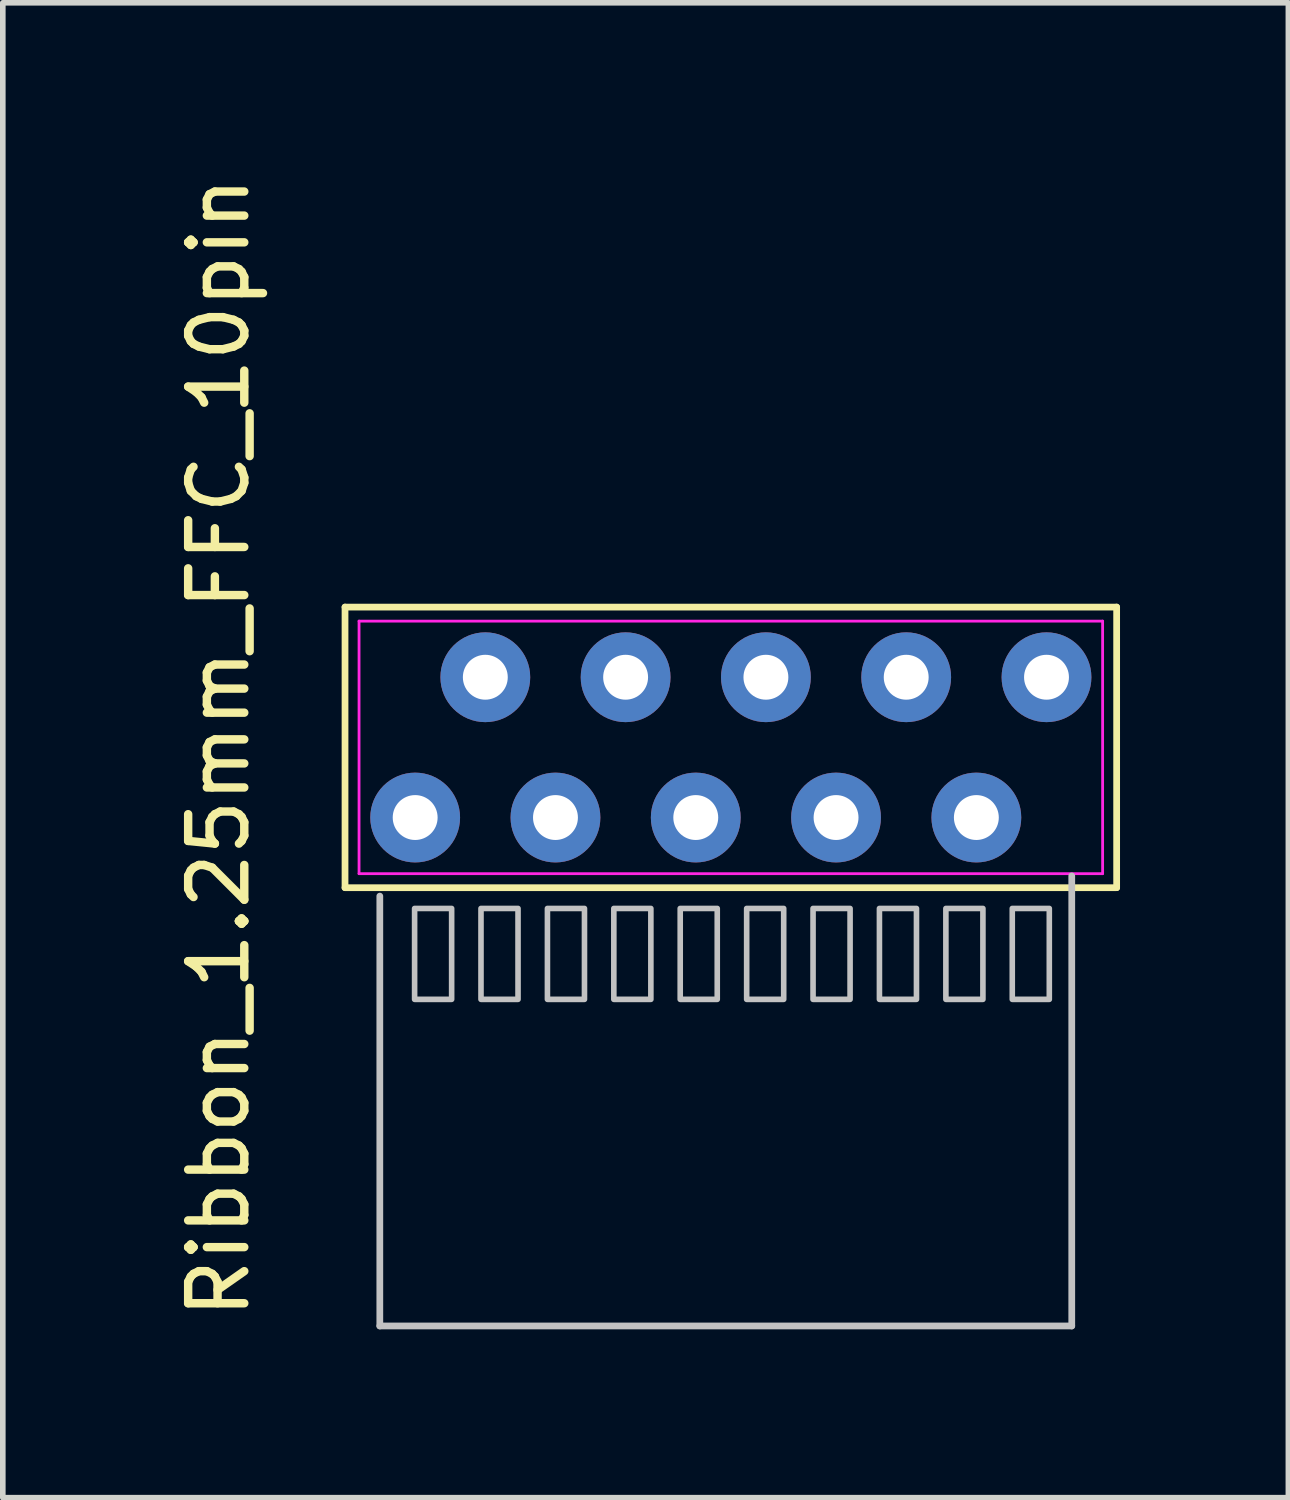
<source format=kicad_pcb>
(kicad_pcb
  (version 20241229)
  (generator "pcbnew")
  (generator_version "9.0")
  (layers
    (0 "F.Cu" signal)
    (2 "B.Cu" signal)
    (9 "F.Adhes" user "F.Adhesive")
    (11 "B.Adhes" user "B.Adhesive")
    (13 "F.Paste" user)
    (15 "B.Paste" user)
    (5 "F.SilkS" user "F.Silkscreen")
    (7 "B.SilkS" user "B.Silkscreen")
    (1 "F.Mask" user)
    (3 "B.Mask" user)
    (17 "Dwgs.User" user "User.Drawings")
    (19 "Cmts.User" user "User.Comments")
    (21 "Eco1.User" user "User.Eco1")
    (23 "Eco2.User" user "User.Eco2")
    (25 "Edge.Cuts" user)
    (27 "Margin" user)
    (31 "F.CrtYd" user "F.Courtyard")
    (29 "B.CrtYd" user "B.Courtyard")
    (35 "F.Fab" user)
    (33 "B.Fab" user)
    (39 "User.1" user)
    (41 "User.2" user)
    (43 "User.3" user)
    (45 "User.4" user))
  (footprint "Ribbon_1.25mm_FFC_10pin"
    (layer "F.Cu")
    (at 7.998 10.268)
    (property "Reference" "Ribbon_1.25mm_FFC_10pin" (at -7.15 0 90) (layer "F.SilkS") (effects (font (size 1 1) (thickness 0.15))))
    (attr through_hole)
    (fp_line (start -4.9 -2.5) (end -4.9 2.5) (stroke (width 0.12) (type solid)) (layer "F.SilkS"))
    (fp_line (start -4.9 2.5) (end 8.85 2.5) (stroke (width 0.12) (type solid)) (layer "F.SilkS"))
    (fp_line (start 8.85 -2.5) (end -4.9 -2.5) (stroke (width 0.12) (type solid)) (layer "F.SilkS"))
    (fp_line (start 8.85 2.5) (end 8.85 -2.5) (stroke (width 0.12) (type solid)) (layer "F.SilkS"))
    (fp_line (start -4.28 2.65) (end -4.28 10.31) (stroke (width 0.12) (type solid)) (layer "Dwgs.User"))
    (fp_line (start -4.28 10.31) (end 8.05 10.31) (stroke (width 0.12) (type solid)) (layer "Dwgs.User"))
    (fp_line (start 8.05 10.31) (end 8.05 2.29) (stroke (width 0.12) (type solid)) (layer "Dwgs.User"))
    (fp_poly (pts (xy -3 4.49) (xy -3.66 4.49) (xy -3.66 2.87) (xy -3 2.87)) (stroke (width 0.1) (type solid)) (fill no) (layer "Dwgs.User"))
    (fp_poly (pts (xy -1.817 4.49) (xy -2.477 4.49) (xy -2.477 2.87) (xy -1.817 2.87)) (stroke (width 0.1) (type solid)) (fill no) (layer "Dwgs.User"))
    (fp_poly (pts (xy -0.633 4.49) (xy -1.293 4.49) (xy -1.293 2.87) (xy -0.633 2.87)) (stroke (width 0.1) (type solid)) (fill no) (layer "Dwgs.User"))
    (fp_poly (pts (xy 0.55 4.49) (xy -0.11 4.49) (xy -0.11 2.87) (xy 0.55 2.87)) (stroke (width 0.1) (type solid)) (fill no) (layer "Dwgs.User"))
    (fp_poly (pts (xy 1.733 4.49) (xy 1.073 4.49) (xy 1.073 2.87) (xy 1.733 2.87)) (stroke (width 0.1) (type solid)) (fill no) (layer "Dwgs.User"))
    (fp_poly (pts (xy 2.917 4.49) (xy 2.257 4.49) (xy 2.257 2.87) (xy 2.917 2.87)) (stroke (width 0.1) (type solid)) (fill no) (layer "Dwgs.User"))
    (fp_poly (pts (xy 4.1 4.49) (xy 3.44 4.49) (xy 3.44 2.87) (xy 4.1 2.87)) (stroke (width 0.1) (type solid)) (fill no) (layer "Dwgs.User"))
    (fp_poly (pts (xy 5.283 4.49) (xy 4.623 4.49) (xy 4.623 2.87) (xy 5.283 2.87)) (stroke (width 0.1) (type solid)) (fill no) (layer "Dwgs.User"))
    (fp_poly (pts (xy 6.467 4.49) (xy 5.807 4.49) (xy 5.807 2.87) (xy 6.467 2.87)) (stroke (width 0.1) (type solid)) (fill no) (layer "Dwgs.User"))
    (fp_poly (pts (xy 7.65 4.49) (xy 6.99 4.49) (xy 6.99 2.87) (xy 7.65 2.87)) (stroke (width 0.1) (type solid)) (fill no) (layer "Dwgs.User"))
    (fp_line (start -4.65 -2.25) (end 8.6 -2.25) (stroke (width 0.05) (type solid)) (layer "F.CrtYd"))
    (fp_line (start -4.65 2.25) (end -4.65 -2.25) (stroke (width 0.05) (type solid)) (layer "F.CrtYd"))
    (fp_line (start 8.6 -2.25) (end 8.6 2.25) (stroke (width 0.05) (type solid)) (layer "F.CrtYd"))
    (fp_line (start 8.6 2.25) (end -4.65 2.25) (stroke (width 0.05) (type solid)) (layer "F.CrtYd"))
    (pad "1" thru_hole circle (at -3.65 1.25) (size 1.6 1.6) (drill 0.8) (layers "*.Cu" "*.Mask"))
    (pad "2" thru_hole circle (at -2.4 -1.25) (size 1.6 1.6) (drill 0.8) (layers "*.Cu" "*.Mask"))
    (pad "3" thru_hole circle (at -1.15 1.25) (size 1.6 1.6) (drill 0.8) (layers "*.Cu" "*.Mask"))
    (pad "4" thru_hole circle (at 0.1 -1.25) (size 1.6 1.6) (drill 0.8) (layers "*.Cu" "*.Mask"))
    (pad "5" thru_hole circle (at 1.35 1.25) (size 1.6 1.6) (drill 0.8) (layers "*.Cu" "*.Mask"))
    (pad "6" thru_hole circle (at 2.6 -1.25) (size 1.6 1.6) (drill 0.8) (layers "*.Cu" "*.Mask"))
    (pad "7" thru_hole circle (at 3.85 1.25) (size 1.6 1.6) (drill 0.8) (layers "*.Cu" "*.Mask"))
    (pad "8" thru_hole circle (at 5.1 -1.25) (size 1.6 1.6) (drill 0.8) (layers "*.Cu" "*.Mask"))
    (pad "9" thru_hole circle (at 6.35 1.25) (size 1.6 1.6) (drill 0.8) (layers "*.Cu" "*.Mask"))
    (pad "10" thru_hole circle (at 7.6 -1.25) (size 1.6 1.6) (drill 0.8) (layers "*.Cu" "*.Mask")))
  (gr_rect
    (start -3 -3)
    (end 19.908 23.638)
    (stroke (width 0.1) (type default))
    (fill no)
    (layer "Edge.Cuts")))
</source>
